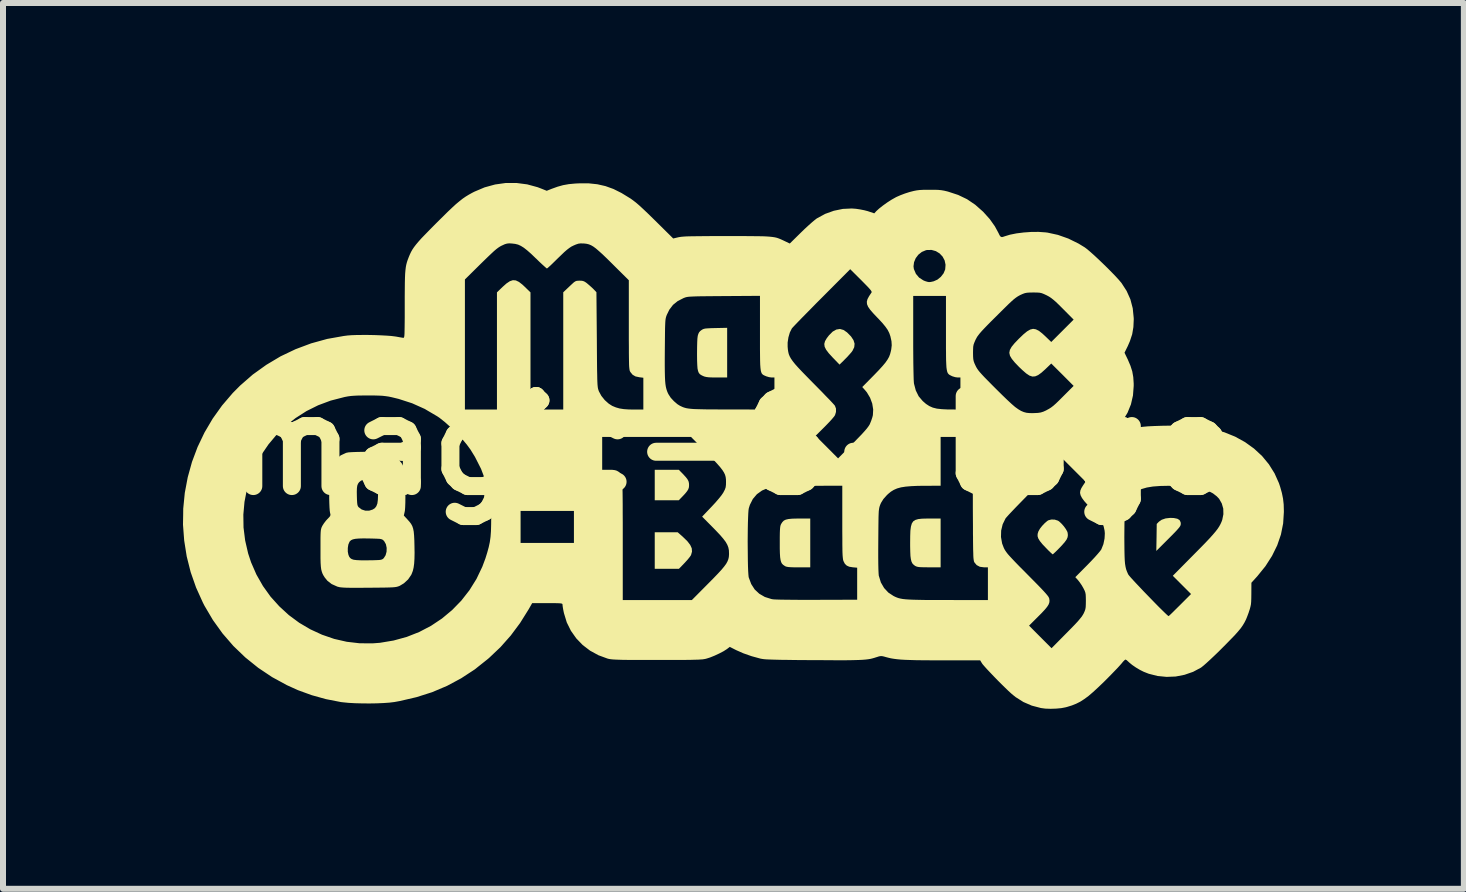
<source format=kicad_pcb>
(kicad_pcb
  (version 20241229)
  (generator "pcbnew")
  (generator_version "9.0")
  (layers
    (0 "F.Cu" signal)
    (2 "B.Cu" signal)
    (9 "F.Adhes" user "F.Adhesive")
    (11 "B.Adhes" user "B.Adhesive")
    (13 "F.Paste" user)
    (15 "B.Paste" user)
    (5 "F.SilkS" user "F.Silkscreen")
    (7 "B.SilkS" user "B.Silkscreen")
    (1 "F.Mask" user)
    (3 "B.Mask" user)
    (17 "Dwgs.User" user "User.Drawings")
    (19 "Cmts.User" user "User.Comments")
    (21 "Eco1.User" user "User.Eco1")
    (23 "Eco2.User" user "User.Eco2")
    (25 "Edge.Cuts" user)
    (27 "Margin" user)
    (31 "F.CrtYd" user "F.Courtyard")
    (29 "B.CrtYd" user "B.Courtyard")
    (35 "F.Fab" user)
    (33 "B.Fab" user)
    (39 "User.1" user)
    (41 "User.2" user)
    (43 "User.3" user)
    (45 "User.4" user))
  (footprint "magic-8-logo"
    (layer "F.Cu")
    (at 9.172 4.373)
    (property "Reference" "magic-8-logo" (at 0 0 0) (layer "F.SilkS") (effects (font (size 1.5 1.5) (thickness 0.3))))
    (attr board_only exclude_from_pos_files exclude_from_bom)
    (fp_poly (pts (xy -0.843 0.473) (xy -0.796 0.524) (xy -0.765 0.563) (xy -0.747 0.596) (xy -0.739 0.628) (xy -0.737 0.661) (xy -0.739 0.697) (xy -0.749 0.73) (xy -0.769 0.763) (xy -0.802 0.804) (xy -0.843 0.848) (xy -0.908 0.915) (xy -1.108 0.915) (xy -1.309 0.915) (xy -1.309 0.661) (xy -1.309 0.407) (xy -1.108 0.407) (xy -0.908 0.407)) (stroke (width 0) (type solid)) (fill yes) (layer "F.SilkS"))
    (fp_poly (pts (xy -0.837 1.528) (xy -0.766 1.597) (xy -0.718 1.659) (xy -0.692 1.716) (xy -0.688 1.771) (xy -0.703 1.825) (xy -0.707 1.834) (xy -0.725 1.86) (xy -0.756 1.899) (xy -0.795 1.942) (xy -0.817 1.966) (xy -0.906 2.058) (xy -1.108 2.058) (xy -1.309 2.058) (xy -1.309 1.753) (xy -1.309 1.449) (xy -1.117 1.449) (xy -0.926 1.449)) (stroke (width 0) (type solid)) (fill yes) (layer "F.SilkS"))
    (fp_poly (pts (xy 7.342 1.211) (xy 7.401 1.223) (xy 7.438 1.245) (xy 7.456 1.28) (xy 7.459 1.307) (xy 7.457 1.323) (xy 7.452 1.339) (xy 7.44 1.359) (xy 7.42 1.384) (xy 7.39 1.418) (xy 7.346 1.464) (xy 7.288 1.523) (xy 7.255 1.556) (xy 7.051 1.76) (xy 7.055 1.535) (xy 7.058 1.31) (xy 7.095 1.272) (xy 7.141 1.24) (xy 7.205 1.218) (xy 7.28 1.209)) (stroke (width 0) (type solid)) (fill yes) (layer "F.SilkS"))
    (fp_poly (pts (xy 1.838 -1.923) (xy 1.896 -1.883) (xy 1.962 -1.816) (xy 2.004 -1.753) (xy 2.022 -1.694) (xy 2.016 -1.636) (xy 1.988 -1.578) (xy 1.971 -1.554) (xy 1.936 -1.514) (xy 1.893 -1.467) (xy 1.848 -1.422) (xy 1.846 -1.419) (xy 1.771 -1.346) (xy 1.655 -1.466) (xy 1.592 -1.535) (xy 1.548 -1.593) (xy 1.523 -1.643) (xy 1.517 -1.69) (xy 1.529 -1.736) (xy 1.559 -1.787) (xy 1.596 -1.835) (xy 1.657 -1.896) (xy 1.717 -1.93) (xy 1.778 -1.94)) (stroke (width 0) (type solid)) (fill yes) (layer "F.SilkS"))
    (fp_poly (pts (xy 3.456 1.626) (xy 3.456 2.033) (xy 3.262 2.033) (xy 3.186 2.032) (xy 3.131 2.031) (xy 3.092 2.028) (xy 3.065 2.023) (xy 3.045 2.016) (xy 3.028 2.007) (xy 3.004 1.988) (xy 2.984 1.966) (xy 2.97 1.936) (xy 2.96 1.896) (xy 2.953 1.843) (xy 2.95 1.772) (xy 2.948 1.681) (xy 2.948 1.623) (xy 2.949 1.511) (xy 2.952 1.422) (xy 2.961 1.354) (xy 2.976 1.302) (xy 3 1.266) (xy 3.035 1.243) (xy 3.083 1.229) (xy 3.146 1.222) (xy 3.227 1.22) (xy 3.271 1.22) (xy 3.456 1.22)) (stroke (width 0) (type solid)) (fill yes) (layer "F.SilkS"))
    (fp_poly (pts (xy 1.283 1.626) (xy 1.283 2.033) (xy 1.09 2.033) (xy 1.013 2.033) (xy 0.957 2.031) (xy 0.917 2.028) (xy 0.889 2.023) (xy 0.868 2.016) (xy 0.857 2.009) (xy 0.832 1.992) (xy 0.812 1.972) (xy 0.798 1.946) (xy 0.788 1.911) (xy 0.781 1.864) (xy 0.777 1.8) (xy 0.775 1.718) (xy 0.775 1.624) (xy 0.775 1.532) (xy 0.776 1.462) (xy 0.778 1.41) (xy 0.781 1.372) (xy 0.785 1.345) (xy 0.791 1.325) (xy 0.798 1.31) (xy 0.819 1.278) (xy 0.843 1.254) (xy 0.876 1.238) (xy 0.921 1.228) (xy 0.982 1.222) (xy 1.063 1.22) (xy 1.096 1.22) (xy 1.283 1.22)) (stroke (width 0) (type solid)) (fill yes) (layer "F.SilkS"))
    (fp_poly (pts (xy -0.102 -1.545) (xy -0.102 -1.131) (xy -0.276 -1.131) (xy -0.352 -1.132) (xy -0.407 -1.134) (xy -0.447 -1.139) (xy -0.478 -1.146) (xy -0.504 -1.156) (xy -0.534 -1.171) (xy -0.558 -1.187) (xy -0.575 -1.209) (xy -0.587 -1.239) (xy -0.596 -1.281) (xy -0.6 -1.337) (xy -0.603 -1.411) (xy -0.604 -1.506) (xy -0.604 -1.537) (xy -0.603 -1.639) (xy -0.601 -1.719) (xy -0.598 -1.78) (xy -0.592 -1.826) (xy -0.582 -1.859) (xy -0.569 -1.885) (xy -0.551 -1.905) (xy -0.529 -1.922) (xy -0.511 -1.933) (xy -0.492 -1.941) (xy -0.465 -1.947) (xy -0.428 -1.95) (xy -0.374 -1.953) (xy -0.299 -1.955) (xy -0.295 -1.955) (xy -0.102 -1.959)) (stroke (width 0) (type solid)) (fill yes) (layer "F.SilkS"))
    (fp_poly (pts (xy 5.358 1.238) (xy 5.411 1.255) (xy 5.431 1.268) (xy 5.47 1.304) (xy 5.509 1.348) (xy 5.543 1.395) (xy 5.566 1.436) (xy 5.573 1.457) (xy 5.577 1.496) (xy 5.572 1.532) (xy 5.556 1.569) (xy 5.526 1.611) (xy 5.481 1.663) (xy 5.448 1.698) (xy 5.404 1.743) (xy 5.367 1.779) (xy 5.339 1.805) (xy 5.325 1.817) (xy 5.324 1.817) (xy 5.313 1.808) (xy 5.287 1.785) (xy 5.252 1.751) (xy 5.214 1.712) (xy 5.153 1.648) (xy 5.111 1.596) (xy 5.084 1.552) (xy 5.072 1.514) (xy 5.073 1.476) (xy 5.085 1.436) (xy 5.088 1.43) (xy 5.112 1.388) (xy 5.149 1.341) (xy 5.193 1.295) (xy 5.234 1.26) (xy 5.252 1.249) (xy 5.302 1.236)) (stroke (width 0) (type solid)) (fill yes) (layer "F.SilkS"))
    (fp_poly (pts (xy -5.987 0.108) (xy -5.898 0.11) (xy -5.826 0.115) (xy -5.769 0.122) (xy -5.724 0.134) (xy -5.686 0.15) (xy -5.652 0.172) (xy -5.618 0.2) (xy -5.59 0.228) (xy -5.557 0.262) (xy -5.53 0.294) (xy -5.51 0.327) (xy -5.495 0.365) (xy -5.484 0.411) (xy -5.476 0.468) (xy -5.472 0.54) (xy -5.469 0.632) (xy -5.467 0.731) (xy -5.465 0.856) (xy -5.466 0.957) (xy -5.469 1.034) (xy -5.473 1.086) (xy -5.476 1.103) (xy -5.491 1.17) (xy -5.432 1.234) (xy -5.397 1.273) (xy -5.37 1.309) (xy -5.35 1.346) (xy -5.336 1.388) (xy -5.326 1.439) (xy -5.32 1.504) (xy -5.316 1.586) (xy -5.314 1.673) (xy -5.312 1.793) (xy -5.314 1.891) (xy -5.319 1.971) (xy -5.328 2.037) (xy -5.341 2.092) (xy -5.359 2.139) (xy -5.368 2.159) (xy -5.42 2.235) (xy -5.491 2.3) (xy -5.559 2.341) (xy -5.576 2.348) (xy -5.594 2.354) (xy -5.614 2.359) (xy -5.639 2.363) (xy -5.672 2.366) (xy -5.717 2.368) (xy -5.775 2.37) (xy -5.851 2.371) (xy -5.945 2.372) (xy -6.062 2.373) (xy -6.08 2.373) (xy -6.202 2.374) (xy -6.301 2.374) (xy -6.38 2.374) (xy -6.442 2.373) (xy -6.49 2.371) (xy -6.527 2.368) (xy -6.556 2.365) (xy -6.578 2.36) (xy -6.598 2.355) (xy -6.603 2.353) (xy -6.694 2.312) (xy -6.764 2.258) (xy -6.809 2.203) (xy -6.83 2.17) (xy -6.846 2.139) (xy -6.858 2.106) (xy -6.868 2.068) (xy -6.874 2.021) (xy -6.878 1.961) (xy -6.88 1.885) (xy -6.88 1.79) (xy -6.88 1.722) (xy -6.88 1.711) (xy -6.425 1.711) (xy -6.425 1.773) (xy -6.415 1.823) (xy -6.402 1.855) (xy -6.385 1.878) (xy -6.361 1.895) (xy -6.326 1.907) (xy -6.276 1.913) (xy -6.21 1.916) (xy -6.122 1.916) (xy -6.083 1.916) (xy -6.003 1.915) (xy -5.944 1.913) (xy -5.902 1.911) (xy -5.873 1.907) (xy -5.854 1.901) (xy -5.84 1.893) (xy -5.828 1.882) (xy -5.825 1.879) (xy -5.795 1.832) (xy -5.779 1.773) (xy -5.777 1.709) (xy -5.79 1.648) (xy -5.818 1.598) (xy -5.825 1.59) (xy -5.838 1.578) (xy -5.851 1.569) (xy -5.869 1.563) (xy -5.896 1.558) (xy -5.936 1.556) (xy -5.993 1.554) (xy -6.071 1.552) (xy -6.071 1.552) (xy -6.168 1.551) (xy -6.242 1.553) (xy -6.299 1.558) (xy -6.34 1.567) (xy -6.369 1.58) (xy -6.39 1.598) (xy -6.397 1.609) (xy -6.416 1.653) (xy -6.425 1.711) (xy -6.88 1.711) (xy -6.88 1.623) (xy -6.88 1.547) (xy -6.879 1.489) (xy -6.877 1.446) (xy -6.874 1.414) (xy -6.869 1.39) (xy -6.863 1.37) (xy -6.854 1.351) (xy -6.851 1.344) (xy -6.824 1.301) (xy -6.788 1.254) (xy -6.764 1.228) (xy -6.733 1.196) (xy -6.718 1.175) (xy -6.714 1.155) (xy -6.719 1.13) (xy -6.721 1.122) (xy -6.726 1.089) (xy -6.73 1.035) (xy -6.733 0.964) (xy -6.735 0.883) (xy -6.735 0.795) (xy -6.735 0.772) (xy -6.275 0.772) (xy -6.274 0.841) (xy -6.272 0.909) (xy -6.269 0.957) (xy -6.265 0.989) (xy -6.258 1.011) (xy -6.248 1.027) (xy -6.245 1.03) (xy -6.194 1.069) (xy -6.132 1.089) (xy -6.066 1.088) (xy -6.01 1.07) (xy -5.974 1.047) (xy -5.949 1.014) (xy -5.932 0.969) (xy -5.924 0.908) (xy -5.921 0.826) (xy -5.924 0.744) (xy -5.933 0.682) (xy -5.949 0.637) (xy -5.975 0.604) (xy -6.01 0.581) (xy -6.063 0.565) (xy -6.123 0.564) (xy -6.18 0.577) (xy -6.211 0.593) (xy -6.237 0.615) (xy -6.255 0.64) (xy -6.267 0.671) (xy -6.273 0.713) (xy -6.275 0.772) (xy -6.735 0.772) (xy -6.734 0.706) (xy -6.732 0.619) (xy -6.729 0.54) (xy -6.725 0.473) (xy -6.72 0.423) (xy -6.716 0.399) (xy -6.676 0.307) (xy -6.617 0.228) (xy -6.543 0.167) (xy -6.455 0.126) (xy -6.449 0.124) (xy -6.414 0.117) (xy -6.356 0.113) (xy -6.273 0.11) (xy -6.165 0.108) (xy -6.099 0.108)) (stroke (width 0) (type solid)) (fill yes) (layer "F.SilkS"))
    (fp_poly (pts (xy -3.435 -4.35) (xy -3.262 -4.303) (xy -3.207 -4.282) (xy -3.109 -4.243) (xy -3.029 -4.275) (xy -2.929 -4.311) (xy -2.836 -4.337) (xy -2.74 -4.354) (xy -2.633 -4.364) (xy -2.567 -4.367) (xy -2.409 -4.367) (xy -2.266 -4.352) (xy -2.13 -4.321) (xy -1.997 -4.273) (xy -1.863 -4.206) (xy -1.721 -4.119) (xy -1.714 -4.115) (xy -1.671 -4.084) (xy -1.623 -4.047) (xy -1.568 -4) (xy -1.505 -3.942) (xy -1.429 -3.87) (xy -1.34 -3.783) (xy -1.298 -3.742) (xy -1.001 -3.448) (xy -0.917 -3.468) (xy -0.895 -3.472) (xy -0.868 -3.476) (xy -0.835 -3.479) (xy -0.792 -3.482) (xy -0.738 -3.484) (xy -0.67 -3.485) (xy -0.588 -3.486) (xy -0.487 -3.487) (xy -0.367 -3.488) (xy -0.225 -3.488) (xy -0.102 -3.488) (xy 0.058 -3.488) (xy 0.195 -3.488) (xy 0.31 -3.487) (xy 0.408 -3.486) (xy 0.488 -3.485) (xy 0.555 -3.482) (xy 0.61 -3.478) (xy 0.656 -3.473) (xy 0.694 -3.467) (xy 0.728 -3.459) (xy 0.759 -3.448) (xy 0.789 -3.436) (xy 0.822 -3.421) (xy 0.858 -3.404) (xy 0.862 -3.402) (xy 0.942 -3.364) (xy 1.129 -3.548) (xy 1.191 -3.608) (xy 1.253 -3.665) (xy 1.31 -3.716) (xy 1.358 -3.756) (xy 1.393 -3.783) (xy 1.395 -3.784) (xy 1.531 -3.858) (xy 1.676 -3.91) (xy 1.826 -3.941) (xy 1.976 -3.948) (xy 2.044 -3.943) (xy 2.111 -3.933) (xy 2.182 -3.919) (xy 2.244 -3.903) (xy 2.258 -3.898) (xy 2.35 -3.867) (xy 2.385 -3.905) (xy 2.431 -3.947) (xy 2.493 -3.996) (xy 2.564 -4.047) (xy 2.637 -4.094) (xy 2.706 -4.133) (xy 2.726 -4.143) (xy 2.788 -4.17) (xy 2.862 -4.198) (xy 2.934 -4.221) (xy 2.956 -4.227) (xy 3.011 -4.241) (xy 3.059 -4.25) (xy 3.108 -4.256) (xy 3.165 -4.259) (xy 3.237 -4.26) (xy 3.272 -4.26) (xy 3.353 -4.26) (xy 3.415 -4.258) (xy 3.467 -4.253) (xy 3.514 -4.245) (xy 3.565 -4.233) (xy 3.583 -4.228) (xy 3.748 -4.174) (xy 3.896 -4.103) (xy 4.032 -4.011) (xy 4.161 -3.897) (xy 4.168 -3.89) (xy 4.275 -3.771) (xy 4.36 -3.651) (xy 4.419 -3.542) (xy 4.44 -3.499) (xy 4.458 -3.477) (xy 4.479 -3.471) (xy 4.509 -3.479) (xy 4.519 -3.483) (xy 4.611 -3.511) (xy 4.72 -3.533) (xy 4.84 -3.548) (xy 4.965 -3.557) (xy 5.088 -3.558) (xy 5.202 -3.55) (xy 5.237 -3.546) (xy 5.411 -3.508) (xy 5.584 -3.447) (xy 5.753 -3.364) (xy 5.858 -3.3) (xy 5.898 -3.27) (xy 5.952 -3.224) (xy 6.016 -3.167) (xy 6.087 -3.101) (xy 6.162 -3.029) (xy 6.236 -2.957) (xy 6.307 -2.885) (xy 6.371 -2.819) (xy 6.425 -2.76) (xy 6.464 -2.714) (xy 6.47 -2.707) (xy 6.556 -2.574) (xy 6.619 -2.434) (xy 6.658 -2.285) (xy 6.674 -2.126) (xy 6.675 -2.103) (xy 6.669 -1.971) (xy 6.649 -1.852) (xy 6.611 -1.737) (xy 6.575 -1.654) (xy 6.521 -1.544) (xy 6.576 -1.43) (xy 6.62 -1.327) (xy 6.65 -1.233) (xy 6.667 -1.137) (xy 6.674 -1.03) (xy 6.674 -0.991) (xy 6.662 -0.831) (xy 6.628 -0.683) (xy 6.571 -0.543) (xy 6.49 -0.41) (xy 6.469 -0.381) (xy 6.406 -0.299) (xy 6.441 -0.262) (xy 6.477 -0.226) (xy 6.542 -0.247) (xy 6.611 -0.269) (xy 6.679 -0.286) (xy 6.748 -0.299) (xy 6.824 -0.309) (xy 6.911 -0.317) (xy 7.014 -0.322) (xy 7.136 -0.326) (xy 7.174 -0.327) (xy 7.347 -0.329) (xy 7.498 -0.327) (xy 7.632 -0.321) (xy 7.753 -0.311) (xy 7.866 -0.296) (xy 7.973 -0.276) (xy 7.992 -0.272) (xy 8.185 -0.218) (xy 8.365 -0.145) (xy 8.53 -0.054) (xy 8.68 0.054) (xy 8.813 0.177) (xy 8.927 0.315) (xy 9.022 0.467) (xy 9.095 0.63) (xy 9.115 0.69) (xy 9.144 0.793) (xy 9.163 0.887) (xy 9.174 0.984) (xy 9.177 1.093) (xy 9.177 1.112) (xy 9.165 1.302) (xy 9.128 1.487) (xy 9.066 1.667) (xy 8.98 1.842) (xy 8.87 2.014) (xy 8.734 2.182) (xy 8.722 2.195) (xy 8.636 2.29) (xy 8.635 2.476) (xy 8.634 2.551) (xy 8.632 2.607) (xy 8.628 2.651) (xy 8.62 2.689) (xy 8.609 2.73) (xy 8.593 2.778) (xy 8.592 2.783) (xy 8.569 2.845) (xy 8.547 2.9) (xy 8.522 2.95) (xy 8.493 2.999) (xy 8.458 3.049) (xy 8.413 3.103) (xy 8.358 3.165) (xy 8.289 3.236) (xy 8.206 3.321) (xy 8.159 3.368) (xy 8.084 3.443) (xy 8.011 3.513) (xy 7.944 3.576) (xy 7.885 3.63) (xy 7.837 3.672) (xy 7.803 3.699) (xy 7.795 3.705) (xy 7.664 3.775) (xy 7.522 3.824) (xy 7.374 3.853) (xy 7.222 3.859) (xy 7.071 3.844) (xy 6.925 3.807) (xy 6.841 3.774) (xy 6.777 3.742) (xy 6.71 3.702) (xy 6.649 3.66) (xy 6.6 3.62) (xy 6.583 3.604) (xy 6.558 3.581) (xy 6.539 3.571) (xy 6.537 3.57) (xy 6.522 3.58) (xy 6.497 3.605) (xy 6.47 3.638) (xy 6.446 3.665) (xy 6.408 3.707) (xy 6.357 3.76) (xy 6.298 3.821) (xy 6.233 3.887) (xy 6.185 3.935) (xy 6.084 4.032) (xy 5.997 4.112) (xy 5.92 4.178) (xy 5.849 4.23) (xy 5.782 4.273) (xy 5.714 4.307) (xy 5.644 4.335) (xy 5.566 4.359) (xy 5.54 4.366) (xy 5.468 4.38) (xy 5.381 4.388) (xy 5.289 4.391) (xy 5.201 4.388) (xy 5.127 4.378) (xy 4.975 4.338) (xy 4.836 4.278) (xy 4.706 4.196) (xy 4.67 4.167) (xy 4.634 4.137) (xy 4.586 4.093) (xy 4.53 4.039) (xy 4.468 3.978) (xy 4.404 3.914) (xy 4.341 3.849) (xy 4.281 3.786) (xy 4.228 3.73) (xy 4.185 3.682) (xy 4.155 3.647) (xy 4.144 3.631) (xy 4.115 3.583) (xy 3.484 3.583) (xy 3.32 3.583) (xy 3.179 3.582) (xy 3.059 3.581) (xy 2.957 3.578) (xy 2.87 3.575) (xy 2.797 3.571) (xy 2.733 3.565) (xy 2.678 3.558) (xy 2.629 3.55) (xy 2.582 3.539) (xy 2.536 3.527) (xy 2.531 3.525) (xy 2.492 3.515) (xy 2.462 3.512) (xy 2.43 3.517) (xy 2.386 3.531) (xy 2.385 3.531) (xy 2.351 3.542) (xy 2.319 3.551) (xy 2.286 3.559) (xy 2.249 3.565) (xy 2.208 3.57) (xy 2.159 3.574) (xy 2.101 3.577) (xy 2.031 3.579) (xy 1.948 3.581) (xy 1.848 3.582) (xy 1.731 3.582) (xy 1.594 3.581) (xy 1.435 3.58) (xy 1.34 3.58) (xy 1.173 3.579) (xy 1.03 3.578) (xy 0.908 3.576) (xy 0.805 3.575) (xy 0.72 3.573) (xy 0.65 3.571) (xy 0.594 3.569) (xy 0.548 3.567) (xy 0.512 3.564) (xy 0.484 3.56) (xy 0.461 3.556) (xy 0.451 3.554) (xy 0.305 3.514) (xy 0.168 3.466) (xy 0.048 3.413) (xy 0.046 3.412) (xy -0.058 3.359) (xy -0.108 3.397) (xy -0.163 3.432) (xy -0.234 3.469) (xy -0.311 3.505) (xy -0.388 3.536) (xy -0.445 3.554) (xy -0.464 3.559) (xy -0.486 3.563) (xy -0.512 3.567) (xy -0.545 3.569) (xy -0.586 3.572) (xy -0.639 3.573) (xy -0.704 3.575) (xy -0.785 3.576) (xy -0.883 3.576) (xy -1 3.577) (xy -1.139 3.577) (xy -1.271 3.577) (xy -1.428 3.577) (xy -1.563 3.577) (xy -1.676 3.576) (xy -1.77 3.576) (xy -1.847 3.575) (xy -1.91 3.573) (xy -1.96 3.571) (xy -1.999 3.569) (xy -2.03 3.566) (xy -2.055 3.563) (xy -2.076 3.559) (xy -2.095 3.554) (xy -2.096 3.554) (xy -2.248 3.498) (xy -2.387 3.422) (xy -2.51 3.328) (xy -2.617 3.217) (xy -2.706 3.091) (xy -2.775 2.952) (xy -2.821 2.801) (xy -2.826 2.78) (xy -2.836 2.73) (xy -2.843 2.687) (xy -2.846 2.659) (xy -2.846 2.656) (xy -2.847 2.647) (xy -2.852 2.641) (xy -2.864 2.636) (xy -2.887 2.633) (xy -2.924 2.631) (xy -2.977 2.63) (xy -3.051 2.63) (xy -3.099 2.63) (xy -3.352 2.63) (xy -3.412 2.735) (xy -3.554 2.962) (xy -3.709 3.17) (xy -3.88 3.363) (xy -4.071 3.544) (xy -4.096 3.565) (xy -4.311 3.736) (xy -4.536 3.883) (xy -4.771 4.009) (xy -5.019 4.114) (xy -5.28 4.197) (xy -5.555 4.261) (xy -5.648 4.278) (xy -5.729 4.288) (xy -5.828 4.295) (xy -5.942 4.3) (xy -6.063 4.302) (xy -6.185 4.301) (xy -6.304 4.298) (xy -6.412 4.292) (xy -6.503 4.283) (xy -6.538 4.279) (xy -6.789 4.23) (xy -7.026 4.164) (xy -7.257 4.08) (xy -7.44 3.997) (xy -7.686 3.863) (xy -7.918 3.708) (xy -8.133 3.535) (xy -8.332 3.344) (xy -8.512 3.136) (xy -8.673 2.912) (xy -8.814 2.673) (xy -8.84 2.622) (xy -8.954 2.37) (xy -9.044 2.113) (xy -9.11 1.851) (xy -9.152 1.586) (xy -9.172 1.321) (xy -9.169 1.154) (xy -8.166 1.154) (xy -8.163 1.369) (xy -8.136 1.585) (xy -8.086 1.802) (xy -8.037 1.95) (xy -7.948 2.154) (xy -7.839 2.345) (xy -7.712 2.522) (xy -7.567 2.683) (xy -7.408 2.829) (xy -7.235 2.957) (xy -7.05 3.066) (xy -6.855 3.156) (xy -6.652 3.226) (xy -6.442 3.274) (xy -6.227 3.299) (xy -6.009 3.3) (xy -5.889 3.291) (xy -5.662 3.253) (xy -5.443 3.193) (xy -5.235 3.111) (xy -5.038 3.008) (xy -4.855 2.886) (xy -4.686 2.745) (xy -4.533 2.588) (xy -4.397 2.414) (xy -4.28 2.226) (xy -4.183 2.023) (xy -4.131 1.884) (xy -4.1 1.784) (xy -4.076 1.696) (xy -4.058 1.612) (xy -4.046 1.526) (xy -4.039 1.432) (xy -4.036 1.324) (xy -4.035 1.233) (xy -4.036 1.136) (xy -4.036 1.093) (xy -3.545 1.093) (xy -3.545 1.36) (xy -3.545 1.626) (xy -3.1 1.626) (xy -2.656 1.626) (xy -2.656 1.36) (xy -2.656 1.093) (xy -3.1 1.093) (xy -3.545 1.093) (xy -4.036 1.093) (xy -4.037 1.06) (xy -4.039 0.998) (xy -4.043 0.947) (xy -4.05 0.901) (xy -4.058 0.855) (xy -4.064 0.829) (xy -4.124 0.603) (xy -4.204 0.392) (xy -4.305 0.193) (xy -4.38 0.071) (xy -4.444 -0.016) (xy -4.524 -0.111) (xy -4.551 -0.14) (xy -2.185 -0.14) (xy -2.185 0.133) (xy -2.185 0.407) (xy -2.076 0.407) (xy -2.016 0.408) (xy -1.974 0.413) (xy -1.944 0.422) (xy -1.925 0.432) (xy -1.91 0.441) (xy -1.898 0.45) (xy -1.887 0.459) (xy -1.877 0.472) (xy -1.869 0.49) (xy -1.863 0.514) (xy -1.857 0.546) (xy -1.853 0.587) (xy -1.849 0.64) (xy -1.847 0.706) (xy -1.845 0.786) (xy -1.844 0.883) (xy -1.843 0.998) (xy -1.843 1.132) (xy -1.842 1.287) (xy -1.842 1.465) (xy -1.842 1.569) (xy -1.842 2.579) (xy -1.267 2.579) (xy -0.691 2.579) (xy -0.416 2.302) (xy -0.327 2.212) (xy -0.254 2.136) (xy -0.196 2.073) (xy -0.152 2.02) (xy -0.119 1.975) (xy -0.097 1.935) (xy -0.082 1.897) (xy -0.074 1.86) (xy -0.071 1.82) (xy -0.071 1.798) (xy -0.073 1.748) (xy -0.082 1.703) (xy -0.099 1.658) (xy -0.126 1.61) (xy -0.132 1.602) (xy 0.24 1.602) (xy 0.241 1.712) (xy 0.242 1.82) (xy 0.243 1.921) (xy 0.245 2.013) (xy 0.248 2.091) (xy 0.252 2.153) (xy 0.256 2.194) (xy 0.259 2.205) (xy 0.299 2.312) (xy 0.357 2.402) (xy 0.433 2.473) (xy 0.526 2.527) (xy 0.637 2.562) (xy 0.661 2.566) (xy 0.684 2.568) (xy 0.731 2.57) (xy 0.797 2.572) (xy 0.881 2.573) (xy 0.98 2.574) (xy 1.092 2.575) (xy 1.213 2.575) (xy 1.341 2.575) (xy 1.391 2.575) (xy 2.065 2.573) (xy 2.065 2.306) (xy 2.065 2.039) (xy 1.995 2.033) (xy 1.933 2.023) (xy 1.891 2.004) (xy 1.86 1.974) (xy 1.842 1.94) (xy 1.836 1.926) (xy 1.831 1.911) (xy 1.828 1.891) (xy 1.825 1.865) (xy 1.822 1.829) (xy 1.82 1.783) (xy 1.819 1.739) (xy 2.416 1.739) (xy 2.416 1.87) (xy 2.417 1.98) (xy 2.419 2.067) (xy 2.422 2.131) (xy 2.425 2.171) (xy 2.427 2.177) (xy 2.46 2.285) (xy 2.514 2.378) (xy 2.585 2.454) (xy 2.67 2.51) (xy 2.698 2.524) (xy 2.726 2.536) (xy 2.755 2.546) (xy 2.788 2.554) (xy 2.826 2.561) (xy 2.873 2.566) (xy 2.93 2.57) (xy 2.999 2.573) (xy 3.084 2.575) (xy 3.185 2.577) (xy 3.306 2.578) (xy 3.448 2.578) (xy 3.567 2.578) (xy 4.244 2.579) (xy 4.244 2.306) (xy 4.244 2.033) (xy 4.179 2.033) (xy 4.11 2.024) (xy 4.057 1.996) (xy 4.02 1.952) (xy 4.016 1.944) (xy 4.012 1.934) (xy 4.009 1.92) (xy 4.006 1.901) (xy 4.003 1.875) (xy 4.001 1.84) (xy 4 1.794) (xy 3.998 1.737) (xy 3.997 1.665) (xy 3.996 1.579) (xy 3.996 1.528) (xy 4.462 1.528) (xy 4.481 1.636) (xy 4.509 1.709) (xy 4.521 1.733) (xy 4.535 1.756) (xy 4.553 1.782) (xy 4.576 1.812) (xy 4.608 1.848) (xy 4.649 1.892) (xy 4.701 1.947) (xy 4.767 2.015) (xy 4.848 2.096) (xy 4.904 2.153) (xy 4.995 2.245) (xy 5.07 2.321) (xy 5.13 2.383) (xy 5.176 2.432) (xy 5.211 2.471) (xy 5.236 2.501) (xy 5.253 2.524) (xy 5.262 2.542) (xy 5.267 2.556) (xy 5.267 2.557) (xy 5.271 2.591) (xy 5.267 2.623) (xy 5.254 2.656) (xy 5.23 2.693) (xy 5.192 2.739) (xy 5.139 2.796) (xy 5.089 2.846) (xy 4.93 3.005) (xy 5.117 3.193) (xy 5.305 3.381) (xy 5.554 3.129) (xy 5.633 3.049) (xy 5.696 2.984) (xy 5.745 2.931) (xy 5.781 2.888) (xy 5.809 2.853) (xy 5.828 2.823) (xy 5.84 2.802) (xy 5.857 2.764) (xy 5.868 2.732) (xy 5.874 2.696) (xy 5.876 2.65) (xy 5.877 2.592) (xy 5.876 2.531) (xy 5.874 2.487) (xy 5.868 2.454) (xy 5.857 2.423) (xy 5.839 2.387) (xy 5.835 2.379) (xy 5.806 2.329) (xy 5.772 2.28) (xy 5.747 2.248) (xy 5.701 2.197) (xy 5.905 1.991) (xy 5.969 1.925) (xy 6.027 1.863) (xy 6.075 1.809) (xy 6.112 1.765) (xy 6.134 1.735) (xy 6.136 1.73) (xy 6.169 1.647) (xy 6.188 1.555) (xy 6.19 1.527) (xy 6.518 1.527) (xy 6.519 1.656) (xy 6.52 1.761) (xy 6.522 1.848) (xy 6.525 1.918) (xy 6.53 1.975) (xy 6.538 2.023) (xy 6.547 2.063) (xy 6.56 2.099) (xy 6.575 2.134) (xy 6.584 2.153) (xy 6.597 2.17) (xy 6.625 2.203) (xy 6.665 2.247) (xy 6.716 2.302) (xy 6.774 2.363) (xy 6.837 2.43) (xy 6.904 2.499) (xy 6.971 2.568) (xy 7.036 2.635) (xy 7.097 2.697) (xy 7.152 2.751) (xy 7.197 2.795) (xy 7.231 2.827) (xy 7.251 2.844) (xy 7.255 2.846) (xy 7.266 2.838) (xy 7.292 2.814) (xy 7.33 2.777) (xy 7.377 2.73) (xy 7.432 2.676) (xy 7.446 2.662) (xy 7.63 2.478) (xy 7.478 2.326) (xy 7.326 2.174) (xy 7.682 1.814) (xy 7.783 1.712) (xy 7.867 1.626) (xy 7.936 1.553) (xy 7.992 1.491) (xy 8.037 1.438) (xy 8.072 1.393) (xy 8.099 1.352) (xy 8.12 1.314) (xy 8.137 1.277) (xy 8.15 1.242) (xy 8.169 1.148) (xy 8.167 1.055) (xy 8.142 0.968) (xy 8.098 0.891) (xy 8.058 0.849) (xy 7.996 0.801) (xy 7.923 0.762) (xy 7.837 0.73) (xy 7.736 0.706) (xy 7.618 0.689) (xy 7.48 0.679) (xy 7.32 0.674) (xy 7.262 0.674) (xy 7.117 0.677) (xy 6.995 0.686) (xy 6.892 0.703) (xy 6.806 0.728) (xy 6.735 0.762) (xy 6.676 0.806) (xy 6.627 0.86) (xy 6.607 0.887) (xy 6.585 0.923) (xy 6.566 0.957) (xy 6.552 0.993) (xy 6.54 1.033) (xy 6.532 1.081) (xy 6.526 1.14) (xy 6.522 1.212) (xy 6.52 1.301) (xy 6.519 1.41) (xy 6.518 1.527) (xy 6.19 1.527) (xy 6.193 1.466) (xy 6.189 1.422) (xy 6.174 1.354) (xy 6.152 1.293) (xy 6.12 1.234) (xy 6.075 1.173) (xy 6.013 1.103) (xy 5.979 1.068) (xy 5.906 0.992) (xy 5.85 0.929) (xy 5.812 0.877) (xy 5.789 0.832) (xy 5.78 0.792) (xy 5.785 0.753) (xy 5.802 0.713) (xy 5.827 0.672) (xy 5.872 0.605) (xy 5.687 0.42) (xy 5.502 0.235) (xy 5.038 0.699) (xy 4.946 0.79) (xy 4.86 0.878) (xy 4.78 0.96) (xy 4.708 1.034) (xy 4.646 1.099) (xy 4.596 1.152) (xy 4.56 1.192) (xy 4.539 1.216) (xy 4.537 1.22) (xy 4.49 1.316) (xy 4.465 1.42) (xy 4.462 1.528) (xy 3.996 1.528) (xy 3.995 1.474) (xy 3.995 1.351) (xy 3.994 1.208) (xy 3.993 1.041) (xy 3.993 0.886) (xy 3.989 -0.14) (xy 3.723 -0.14) (xy 3.456 -0.14) (xy 3.456 0.267) (xy 3.456 0.673) (xy 3.212 0.674) (xy 3.078 0.675) (xy 2.966 0.68) (xy 2.873 0.688) (xy 2.796 0.7) (xy 2.731 0.718) (xy 2.676 0.742) (xy 2.627 0.772) (xy 2.581 0.81) (xy 2.559 0.831) (xy 2.502 0.895) (xy 2.463 0.958) (xy 2.451 0.985) (xy 2.444 1.004) (xy 2.438 1.022) (xy 2.433 1.042) (xy 2.429 1.067) (xy 2.425 1.098) (xy 2.423 1.14) (xy 2.421 1.193) (xy 2.42 1.261) (xy 2.419 1.347) (xy 2.418 1.452) (xy 2.417 1.581) (xy 2.417 1.586) (xy 2.416 1.739) (xy 1.819 1.739) (xy 1.819 1.723) (xy 1.818 1.647) (xy 1.818 1.553) (xy 1.817 1.438) (xy 1.817 1.301) (xy 1.817 1.28) (xy 1.817 0.673) (xy 1.312 0.674) (xy 1.196 0.674) (xy 1.084 0.675) (xy 0.979 0.676) (xy 0.886 0.678) (xy 0.806 0.68) (xy 0.745 0.683) (xy 0.704 0.685) (xy 0.7 0.686) (xy 0.581 0.71) (xy 0.479 0.753) (xy 0.394 0.814) (xy 0.326 0.894) (xy 0.277 0.991) (xy 0.259 1.048) (xy 0.254 1.079) (xy 0.25 1.132) (xy 0.247 1.204) (xy 0.244 1.29) (xy 0.242 1.387) (xy 0.241 1.492) (xy 0.24 1.602) (xy -0.132 1.602) (xy -0.166 1.557) (xy -0.219 1.495) (xy -0.289 1.421) (xy -0.329 1.38) (xy -0.519 1.188) (xy -0.362 1.023) (xy -0.298 0.954) (xy -0.242 0.889) (xy -0.197 0.833) (xy -0.167 0.789) (xy -0.163 0.781) (xy -0.14 0.737) (xy -0.127 0.699) (xy -0.122 0.658) (xy -0.121 0.61) (xy -0.122 0.567) (xy -0.127 0.528) (xy -0.137 0.491) (xy -0.155 0.453) (xy -0.181 0.412) (xy -0.218 0.364) (xy -0.267 0.308) (xy -0.33 0.24) (xy -0.409 0.159) (xy -0.45 0.118) (xy -0.704 -0.14) (xy -1.445 -0.14) (xy -2.185 -0.14) (xy -4.551 -0.14) (xy -4.615 -0.208) (xy -4.711 -0.302) (xy -4.807 -0.388) (xy -4.898 -0.46) (xy -4.937 -0.486) (xy -5.126 -0.597) (xy -4.473 -0.597) (xy -4.206 -0.597) (xy -3.939 -0.597) (xy -3.939 -1.573) (xy -3.939 -2.55) (xy -3.847 -2.639) (xy -3.781 -2.698) (xy -3.724 -2.736) (xy -3.673 -2.753) (xy -3.624 -2.749) (xy -3.572 -2.724) (xy -3.513 -2.678) (xy -3.478 -2.645) (xy -3.38 -2.55) (xy -3.38 -1.573) (xy -3.38 -0.597) (xy -3.107 -0.597) (xy -2.834 -0.597) (xy -2.834 -1.574) (xy -2.834 -2.551) (xy -2.732 -2.648) (xy -2.687 -2.69) (xy -2.656 -2.718) (xy -2.632 -2.734) (xy -2.61 -2.742) (xy -2.585 -2.744) (xy -2.562 -2.745) (xy -2.52 -2.743) (xy -2.488 -2.734) (xy -2.455 -2.714) (xy -2.431 -2.695) (xy -2.389 -2.659) (xy -2.346 -2.62) (xy -2.325 -2.599) (xy -2.281 -2.553) (xy -2.274 -1.762) (xy -2.273 -1.601) (xy -2.272 -1.463) (xy -2.271 -1.347) (xy -2.27 -1.25) (xy -2.268 -1.17) (xy -2.267 -1.105) (xy -2.265 -1.054) (xy -2.263 -1.014) (xy -2.26 -0.983) (xy -2.257 -0.959) (xy -2.253 -0.94) (xy -2.248 -0.924) (xy -2.243 -0.909) (xy -2.239 -0.899) (xy -2.199 -0.825) (xy -2.142 -0.754) (xy -2.076 -0.695) (xy -2.018 -0.658) (xy -1.958 -0.633) (xy -1.896 -0.615) (xy -1.825 -0.604) (xy -1.74 -0.598) (xy -1.658 -0.597) (xy -1.499 -0.597) (xy -1.499 -0.862) (xy -1.499 -1.127) (xy -1.564 -1.135) (xy -1.63 -1.149) (xy -1.678 -1.177) (xy -1.715 -1.222) (xy -1.716 -1.224) (xy -1.721 -1.233) (xy -1.726 -1.244) (xy -1.729 -1.259) (xy -1.732 -1.28) (xy -1.735 -1.308) (xy -1.736 -1.325) (xy -1.142 -1.325) (xy -1.141 -1.226) (xy -1.139 -1.144) (xy -1.136 -1.077) (xy -1.131 -1.022) (xy -1.124 -0.977) (xy -1.115 -0.939) (xy -1.104 -0.905) (xy -1.091 -0.873) (xy -1.079 -0.85) (xy -1.042 -0.793) (xy -0.989 -0.736) (xy -0.931 -0.686) (xy -0.891 -0.661) (xy -0.864 -0.648) (xy -0.84 -0.637) (xy -0.813 -0.628) (xy -0.784 -0.62) (xy -0.749 -0.614) (xy -0.707 -0.609) (xy -0.655 -0.605) (xy -0.59 -0.603) (xy -0.511 -0.601) (xy -0.416 -0.599) (xy -0.302 -0.599) (xy -0.167 -0.598) (xy -0.01 -0.598) (xy 0.686 -0.597) (xy 0.686 -0.864) (xy 0.686 -1.131) (xy 0.638 -1.131) (xy 0.596 -1.137) (xy 0.549 -1.151) (xy 0.538 -1.156) (xy 0.517 -1.165) (xy 0.5 -1.174) (xy 0.486 -1.185) (xy 0.474 -1.2) (xy 0.465 -1.222) (xy 0.458 -1.251) (xy 0.453 -1.292) (xy 0.449 -1.345) (xy 0.447 -1.412) (xy 0.446 -1.497) (xy 0.445 -1.601) (xy 0.445 -1.645) (xy 0.906 -1.645) (xy 0.91 -1.599) (xy 0.916 -1.559) (xy 0.925 -1.521) (xy 0.94 -1.484) (xy 0.961 -1.446) (xy 0.991 -1.403) (xy 1.03 -1.354) (xy 1.081 -1.297) (xy 1.145 -1.229) (xy 1.224 -1.148) (xy 1.319 -1.051) (xy 1.328 -1.042) (xy 1.406 -0.963) (xy 1.479 -0.889) (xy 1.544 -0.821) (xy 1.601 -0.763) (xy 1.646 -0.715) (xy 1.677 -0.681) (xy 1.693 -0.662) (xy 1.694 -0.661) (xy 1.712 -0.613) (xy 1.712 -0.557) (xy 1.696 -0.504) (xy 1.681 -0.481) (xy 1.651 -0.445) (xy 1.61 -0.399) (xy 1.561 -0.348) (xy 1.525 -0.311) (xy 1.372 -0.159) (xy 1.56 0.029) (xy 1.747 0.217) (xy 1.995 -0.034) (xy 2.075 -0.116) (xy 2.139 -0.182) (xy 2.188 -0.236) (xy 2.225 -0.279) (xy 2.252 -0.315) (xy 2.271 -0.344) (xy 2.278 -0.359) (xy 2.3 -0.413) (xy 2.319 -0.471) (xy 2.327 -0.504) (xy 2.332 -0.598) (xy 2.316 -0.697) (xy 2.28 -0.794) (xy 2.227 -0.883) (xy 2.199 -0.917) (xy 2.15 -0.972) (xy 2.35 -1.175) (xy 2.427 -1.255) (xy 2.488 -1.322) (xy 2.535 -1.378) (xy 2.57 -1.428) (xy 2.596 -1.474) (xy 2.614 -1.521) (xy 2.627 -1.571) (xy 2.633 -1.599) (xy 2.641 -1.668) (xy 2.637 -1.734) (xy 2.633 -1.754) (xy 2.619 -1.817) (xy 2.6 -1.872) (xy 2.573 -1.925) (xy 2.535 -1.979) (xy 2.484 -2.041) (xy 2.417 -2.113) (xy 2.403 -2.127) (xy 2.333 -2.201) (xy 2.282 -2.26) (xy 2.247 -2.31) (xy 2.229 -2.354) (xy 2.226 -2.395) (xy 2.237 -2.437) (xy 2.262 -2.484) (xy 2.266 -2.49) (xy 2.999 -2.49) (xy 2.999 -1.801) (xy 2.999 -1.643) (xy 3 -1.499) (xy 3.001 -1.371) (xy 3.003 -1.26) (xy 3.005 -1.168) (xy 3.007 -1.097) (xy 3.01 -1.049) (xy 3.012 -1.029) (xy 3.042 -0.915) (xy 3.09 -0.818) (xy 3.157 -0.739) (xy 3.212 -0.691) (xy 3.267 -0.655) (xy 3.326 -0.629) (xy 3.394 -0.612) (xy 3.476 -0.603) (xy 3.577 -0.598) (xy 3.612 -0.598) (xy 3.786 -0.597) (xy 3.786 -0.864) (xy 3.786 -1.131) (xy 3.74 -1.131) (xy 3.698 -1.137) (xy 3.652 -1.151) (xy 3.639 -1.157) (xy 3.619 -1.167) (xy 3.601 -1.177) (xy 3.587 -1.189) (xy 3.575 -1.205) (xy 3.566 -1.227) (xy 3.559 -1.258) (xy 3.553 -1.3) (xy 3.55 -1.354) (xy 3.547 -1.423) (xy 3.546 -1.509) (xy 3.546 -1.544) (xy 3.996 -1.544) (xy 3.997 -1.483) (xy 4 -1.439) (xy 4.007 -1.403) (xy 4.02 -1.367) (xy 4.038 -1.328) (xy 4.051 -1.302) (xy 4.066 -1.277) (xy 4.085 -1.25) (xy 4.11 -1.219) (xy 4.144 -1.181) (xy 4.187 -1.135) (xy 4.243 -1.078) (xy 4.313 -1.007) (xy 4.388 -0.932) (xy 4.485 -0.836) (xy 4.568 -0.756) (xy 4.638 -0.691) (xy 4.697 -0.64) (xy 4.75 -0.602) (xy 4.797 -0.574) (xy 4.842 -0.555) (xy 4.887 -0.543) (xy 4.934 -0.538) (xy 4.986 -0.537) (xy 5.021 -0.538) (xy 5.08 -0.541) (xy 5.125 -0.548) (xy 5.167 -0.561) (xy 5.216 -0.583) (xy 5.224 -0.588) (xy 5.261 -0.608) (xy 5.296 -0.63) (xy 5.334 -0.659) (xy 5.377 -0.697) (xy 5.43 -0.748) (xy 5.495 -0.813) (xy 5.673 -0.991) (xy 5.487 -1.178) (xy 5.3 -1.364) (xy 5.199 -1.267) (xy 5.135 -1.21) (xy 5.081 -1.171) (xy 5.032 -1.15) (xy 4.985 -1.147) (xy 4.936 -1.163) (xy 4.882 -1.199) (xy 4.819 -1.254) (xy 4.763 -1.307) (xy 4.693 -1.38) (xy 4.643 -1.441) (xy 4.612 -1.493) (xy 4.601 -1.542) (xy 4.61 -1.59) (xy 4.639 -1.642) (xy 4.687 -1.701) (xy 4.755 -1.772) (xy 4.763 -1.78) (xy 4.836 -1.85) (xy 4.897 -1.9) (xy 4.949 -1.93) (xy 4.997 -1.942) (xy 5.044 -1.934) (xy 5.094 -1.909) (xy 5.15 -1.865) (xy 5.199 -1.82) (xy 5.3 -1.723) (xy 5.487 -1.91) (xy 5.673 -2.096) (xy 5.495 -2.275) (xy 5.429 -2.341) (xy 5.377 -2.391) (xy 5.334 -2.428) (xy 5.297 -2.457) (xy 5.262 -2.48) (xy 5.225 -2.5) (xy 5.223 -2.501) (xy 5.178 -2.522) (xy 5.143 -2.536) (xy 5.108 -2.544) (xy 5.067 -2.547) (xy 5.01 -2.548) (xy 5.001 -2.548) (xy 4.94 -2.547) (xy 4.896 -2.544) (xy 4.86 -2.537) (xy 4.824 -2.524) (xy 4.784 -2.506) (xy 4.758 -2.492) (xy 4.733 -2.477) (xy 4.706 -2.458) (xy 4.674 -2.433) (xy 4.637 -2.4) (xy 4.59 -2.356) (xy 4.533 -2.3) (xy 4.462 -2.23) (xy 4.388 -2.156) (xy 4.303 -2.072) (xy 4.235 -2.003) (xy 4.181 -1.947) (xy 4.139 -1.902) (xy 4.107 -1.865) (xy 4.083 -1.834) (xy 4.064 -1.808) (xy 4.05 -1.782) (xy 4.038 -1.76) (xy 4.019 -1.716) (xy 4.006 -1.681) (xy 3.999 -1.644) (xy 3.997 -1.599) (xy 3.996 -1.544) (xy 3.546 -1.544) (xy 3.545 -1.614) (xy 3.545 -1.74) (xy 3.545 -1.879) (xy 3.545 -2.49) (xy 3.272 -2.49) (xy 2.999 -2.49) (xy 2.266 -2.49) (xy 2.299 -2.54) (xy 2.303 -2.544) (xy 2.306 -2.554) (xy 2.304 -2.566) (xy 2.293 -2.584) (xy 2.271 -2.61) (xy 2.237 -2.647) (xy 2.189 -2.696) (xy 2.134 -2.752) (xy 1.949 -2.936) (xy 1.475 -2.46) (xy 1.383 -2.368) (xy 1.297 -2.28) (xy 1.217 -2.199) (xy 1.145 -2.126) (xy 1.084 -2.063) (xy 1.035 -2.012) (xy 0.999 -1.974) (xy 0.979 -1.952) (xy 0.976 -1.948) (xy 0.943 -1.882) (xy 0.919 -1.8) (xy 0.906 -1.714) (xy 0.906 -1.645) (xy 0.445 -1.645) (xy 0.445 -1.725) (xy 0.445 -1.873) (xy 0.445 -1.874) (xy 0.445 -2.492) (xy -0.156 -2.488) (xy -0.295 -2.487) (xy -0.411 -2.486) (xy -0.506 -2.485) (xy -0.584 -2.484) (xy -0.645 -2.482) (xy -0.693 -2.48) (xy -0.73 -2.478) (xy -0.758 -2.475) (xy -0.78 -2.471) (xy -0.799 -2.466) (xy -0.815 -2.46) (xy -0.828 -2.455) (xy -0.926 -2.405) (xy -1.004 -2.342) (xy -1.066 -2.261) (xy -1.108 -2.175) (xy -1.115 -2.156) (xy -1.121 -2.138) (xy -1.126 -2.117) (xy -1.13 -2.091) (xy -1.133 -2.057) (xy -1.135 -2.013) (xy -1.137 -1.956) (xy -1.138 -1.883) (xy -1.139 -1.792) (xy -1.14 -1.68) (xy -1.141 -1.587) (xy -1.142 -1.445) (xy -1.142 -1.325) (xy -1.736 -1.325) (xy -1.737 -1.346) (xy -1.738 -1.396) (xy -1.739 -1.46) (xy -1.74 -1.54) (xy -1.74 -1.637) (xy -1.741 -1.755) (xy -1.741 -1.894) (xy -1.741 -2.008) (xy -1.741 -2.752) (xy -1.975 -2.984) (xy 3.004 -2.984) (xy 3.01 -2.939) (xy 3.044 -2.859) (xy 3.097 -2.796) (xy 3.168 -2.75) (xy 3.196 -2.738) (xy 3.235 -2.726) (xy 3.263 -2.721) (xy 3.294 -2.724) (xy 3.338 -2.734) (xy 3.339 -2.734) (xy 3.402 -2.762) (xy 3.459 -2.808) (xy 3.505 -2.867) (xy 3.532 -2.932) (xy 3.538 -3.01) (xy 3.523 -3.082) (xy 3.489 -3.146) (xy 3.439 -3.199) (xy 3.377 -3.237) (xy 3.306 -3.257) (xy 3.229 -3.256) (xy 3.21 -3.252) (xy 3.143 -3.224) (xy 3.085 -3.178) (xy 3.041 -3.12) (xy 3.013 -3.053) (xy 3.004 -2.984) (xy -1.975 -2.984) (xy -2.017 -3.026) (xy -2.105 -3.113) (xy -2.178 -3.183) (xy -2.239 -3.238) (xy -2.289 -3.281) (xy -2.332 -3.313) (xy -2.37 -3.335) (xy -2.406 -3.35) (xy -2.442 -3.359) (xy -2.48 -3.364) (xy -2.499 -3.365) (xy -2.546 -3.366) (xy -2.584 -3.361) (xy -2.625 -3.347) (xy -2.664 -3.33) (xy -2.7 -3.312) (xy -2.734 -3.289) (xy -2.772 -3.26) (xy -2.817 -3.221) (xy -2.872 -3.168) (xy -2.923 -3.119) (xy -2.977 -3.066) (xy -3.025 -3.019) (xy -3.065 -2.982) (xy -3.093 -2.957) (xy -3.106 -2.948) (xy -3.106 -2.948) (xy -3.118 -2.956) (xy -3.145 -2.98) (xy -3.185 -3.016) (xy -3.233 -3.061) (xy -3.287 -3.114) (xy -3.29 -3.116) (xy -3.369 -3.192) (xy -3.435 -3.25) (xy -3.491 -3.294) (xy -3.541 -3.325) (xy -3.587 -3.346) (xy -3.635 -3.358) (xy -3.687 -3.364) (xy -3.687 -3.364) (xy -3.735 -3.367) (xy -3.772 -3.363) (xy -3.807 -3.353) (xy -3.853 -3.332) (xy -3.86 -3.329) (xy -3.888 -3.314) (xy -3.917 -3.295) (xy -3.949 -3.271) (xy -3.988 -3.238) (xy -4.034 -3.195) (xy -4.092 -3.14) (xy -4.164 -3.07) (xy -4.209 -3.026) (xy -4.473 -2.765) (xy -4.473 -1.681) (xy -4.473 -0.597) (xy -5.126 -0.597) (xy -5.138 -0.605) (xy -5.352 -0.701) (xy -5.577 -0.774) (xy -5.692 -0.802) (xy -5.744 -0.813) (xy -5.793 -0.82) (xy -5.844 -0.826) (xy -5.903 -0.829) (xy -5.975 -0.831) (xy -6.066 -0.832) (xy -6.086 -0.832) (xy -6.182 -0.831) (xy -6.258 -0.83) (xy -6.32 -0.827) (xy -6.373 -0.823) (xy -6.424 -0.816) (xy -6.477 -0.806) (xy -6.489 -0.803) (xy -6.71 -0.746) (xy -6.919 -0.668) (xy -7.114 -0.571) (xy -7.295 -0.455) (xy -7.462 -0.323) (xy -7.613 -0.176) (xy -7.748 -0.015) (xy -7.866 0.158) (xy -7.965 0.342) (xy -8.046 0.535) (xy -8.107 0.736) (xy -8.147 0.942) (xy -8.166 1.154) (xy -9.169 1.154) (xy -9.168 1.055) (xy -9.142 0.792) (xy -9.093 0.532) (xy -9.022 0.276) (xy -8.929 0.028) (xy -8.814 -0.213) (xy -8.678 -0.444) (xy -8.521 -0.664) (xy -8.343 -0.872) (xy -8.22 -0.996) (xy -8.009 -1.18) (xy -7.783 -1.342) (xy -7.545 -1.484) (xy -7.295 -1.603) (xy -7.036 -1.7) (xy -6.768 -1.774) (xy -6.492 -1.823) (xy -6.43 -1.831) (xy -6.365 -1.836) (xy -6.282 -1.839) (xy -6.187 -1.84) (xy -6.084 -1.84) (xy -5.979 -1.838) (xy -5.876 -1.834) (xy -5.781 -1.829) (xy -5.7 -1.823) (xy -5.636 -1.815) (xy -5.616 -1.812) (xy -5.567 -1.803) (xy -5.526 -1.796) (xy -5.5 -1.792) (xy -5.499 -1.792) (xy -5.493 -1.793) (xy -5.489 -1.799) (xy -5.485 -1.81) (xy -5.482 -1.83) (xy -5.48 -1.861) (xy -5.479 -1.904) (xy -5.478 -1.963) (xy -5.477 -2.039) (xy -5.476 -2.134) (xy -5.476 -2.252) (xy -5.476 -2.341) (xy -5.476 -2.486) (xy -5.475 -2.608) (xy -5.474 -2.71) (xy -5.472 -2.794) (xy -5.469 -2.864) (xy -5.464 -2.922) (xy -5.458 -2.971) (xy -5.45 -3.013) (xy -5.44 -3.051) (xy -5.428 -3.088) (xy -5.413 -3.127) (xy -5.409 -3.138) (xy -5.39 -3.183) (xy -5.37 -3.225) (xy -5.348 -3.264) (xy -5.321 -3.304) (xy -5.288 -3.347) (xy -5.247 -3.396) (xy -5.196 -3.453) (xy -5.132 -3.519) (xy -5.054 -3.599) (xy -4.961 -3.693) (xy -4.949 -3.705) (xy -4.847 -3.806) (xy -4.76 -3.892) (xy -4.685 -3.963) (xy -4.621 -4.022) (xy -4.563 -4.07) (xy -4.51 -4.112) (xy -4.459 -4.147) (xy -4.408 -4.178) (xy -4.354 -4.208) (xy -4.313 -4.229) (xy -4.145 -4.3) (xy -3.97 -4.348) (xy -3.792 -4.373) (xy -3.612 -4.373)) (stroke (width 0) (type solid)) (fill yes) (layer "F.SilkS")))
  (gr_rect
    (start -3 -3)
    (end 21.349 11.764)
    (stroke (width 0.1) (type default))
    (fill no)
    (layer "Edge.Cuts")))
</source>
